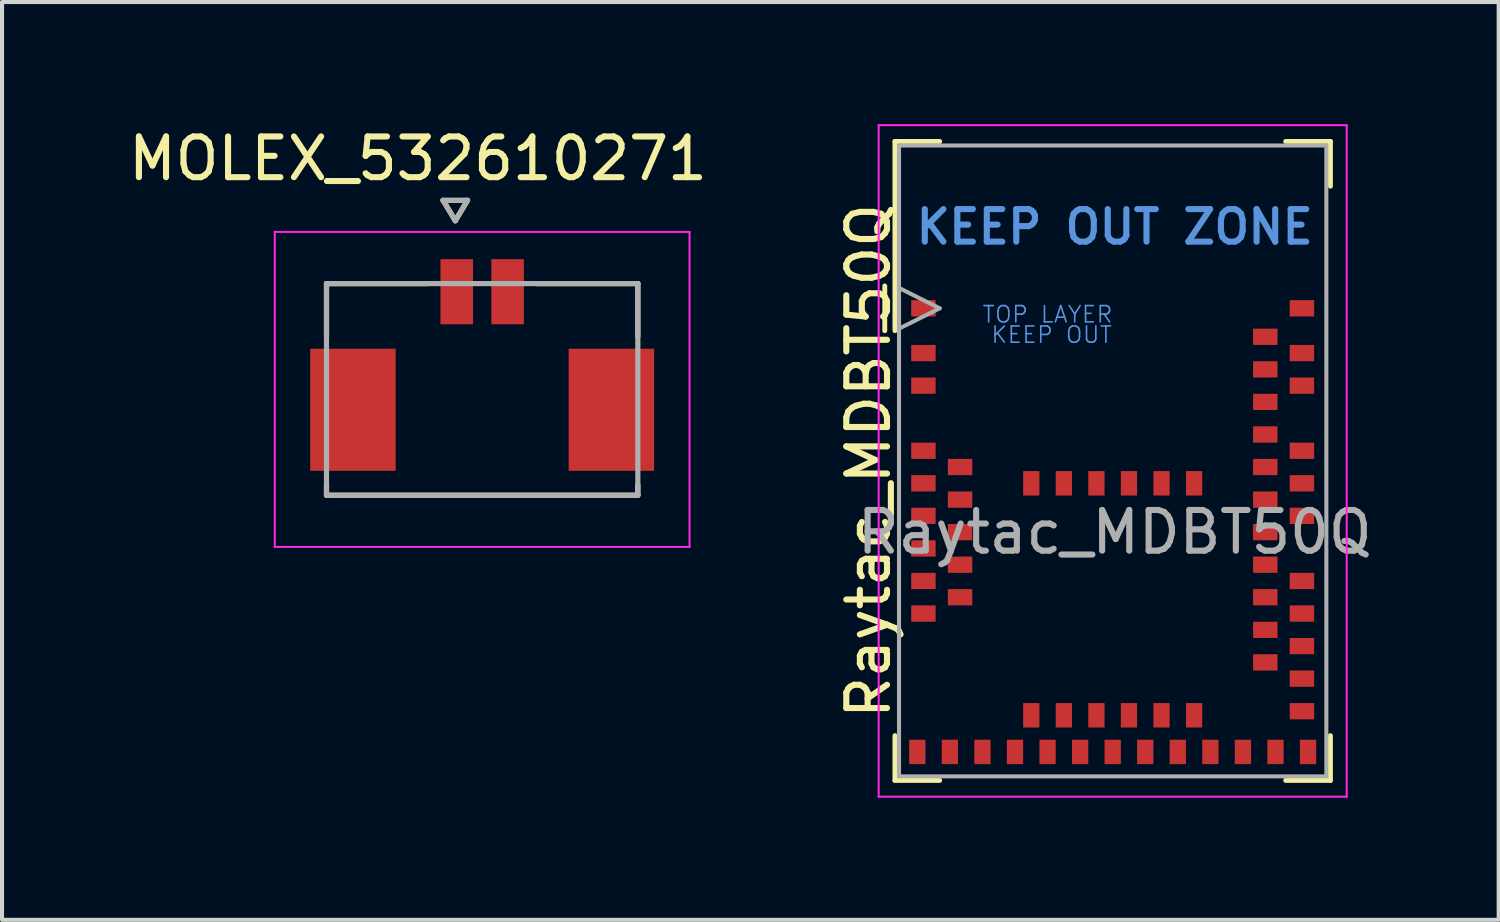
<source format=kicad_pcb>
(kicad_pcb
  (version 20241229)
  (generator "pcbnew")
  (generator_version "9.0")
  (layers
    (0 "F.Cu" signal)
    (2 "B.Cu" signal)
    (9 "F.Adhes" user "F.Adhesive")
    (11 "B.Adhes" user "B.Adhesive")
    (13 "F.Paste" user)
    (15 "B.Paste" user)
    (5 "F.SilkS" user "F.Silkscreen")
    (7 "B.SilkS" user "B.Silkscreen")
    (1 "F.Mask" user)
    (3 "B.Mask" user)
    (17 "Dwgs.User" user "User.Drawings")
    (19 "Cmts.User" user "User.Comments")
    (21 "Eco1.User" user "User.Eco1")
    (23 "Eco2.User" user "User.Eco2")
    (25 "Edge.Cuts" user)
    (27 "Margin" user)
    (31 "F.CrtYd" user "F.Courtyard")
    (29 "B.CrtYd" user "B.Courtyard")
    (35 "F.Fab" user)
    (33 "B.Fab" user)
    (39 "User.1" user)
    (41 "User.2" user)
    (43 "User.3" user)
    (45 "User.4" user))
  (footprint "Raytac_MDBT50Q"
    (layer "F.Cu")
    (at 24.289 8.275)
    (property "Reference" "Raytac_MDBT50Q" (at -6 0 270) (layer "F.SilkS") (effects (font (size 1 1) (thickness 0.15))))
    (attr smd)
    (fp_line (start -5.6 -4.3) (end -5.6 -3.2) (stroke (width 0.12) (type solid)) (layer "F.SilkS"))
    (fp_line (start -5.35 -7.85) (end -5.35 -3.2) (stroke (width 0.12) (type solid)) (layer "F.SilkS"))
    (fp_line (start -5.35 6.75) (end -5.35 7.85) (stroke (width 0.12) (type solid)) (layer "F.SilkS"))
    (fp_line (start -5.35 7.85) (end -4.25 7.85) (stroke (width 0.12) (type solid)) (layer "F.SilkS"))
    (fp_line (start -4.25 -7.85) (end -5.35 -7.85) (stroke (width 0.12) (type solid)) (layer "F.SilkS"))
    (fp_line (start 4.25 -7.85) (end 5.35 -7.85) (stroke (width 0.12) (type solid)) (layer "F.SilkS"))
    (fp_line (start 5.35 -7.85) (end 5.35 -6.75) (stroke (width 0.12) (type solid)) (layer "F.SilkS"))
    (fp_line (start 5.35 6.75) (end 5.35 7.85) (stroke (width 0.12) (type solid)) (layer "F.SilkS"))
    (fp_line (start 5.35 7.85) (end 4.25 7.85) (stroke (width 0.12) (type solid)) (layer "F.SilkS"))
    (fp_line (start -5.75 -8.25) (end -5.75 8.25) (stroke (width 0.05) (type solid)) (layer "F.CrtYd"))
    (fp_line (start -5.75 -8.25) (end 5.75 -8.25) (stroke (width 0.05) (type solid)) (layer "F.CrtYd"))
    (fp_line (start -5.75 8.25) (end 5.75 8.25) (stroke (width 0.05) (type solid)) (layer "F.CrtYd"))
    (fp_line (start 5.75 -8.25) (end 5.75 8.25) (stroke (width 0.05) (type solid)) (layer "F.CrtYd"))
    (fp_line (start -5.25 -7.75) (end 5.25 -7.75) (stroke (width 0.1) (type solid)) (layer "F.Fab"))
    (fp_line (start -5.25 7.75) (end -5.25 -7.75) (stroke (width 0.1) (type solid)) (layer "F.Fab"))
    (fp_line (start -4.25 -3.75) (end -5.25 -4.25) (stroke (width 0.1) (type solid)) (layer "F.Fab"))
    (fp_line (start -4.25 -3.75) (end -5.25 -3.25) (stroke (width 0.1) (type solid)) (layer "F.Fab"))
    (fp_line (start 5.25 -7.75) (end 5.25 7.75) (stroke (width 0.1) (type solid)) (layer "F.Fab"))
    (fp_line (start 5.25 7.75) (end -5.25 7.75) (stroke (width 0.1) (type solid)) (layer "F.Fab"))
    (fp_text user "KEEP OUT ZONE" (at 0.05 -5.75 0) (layer "Cmts.User") (effects (font (size 0.8 0.8) (thickness 0.15))))
    (fp_text user "TOP LAYER" (at -1.6 -3.6 0) (layer "Cmts.User") (effects (font (size 0.4 0.4) (thickness 0.04))))
    (fp_text user "KEEP OUT" (at -1.5 -3.1 0) (layer "Cmts.User") (effects (font (size 0.4 0.4) (thickness 0.04))))
    (fp_text user "${REFERENCE}" (at 0.05 1.75 0) (layer "F.Fab") (effects (font (size 1 1) (thickness 0.15))))
    (pad "1" smd rect (at -4.65 -3.75) (size 0.6 0.4) (layers "F.Cu" "F.Mask" "F.Paste"))
    (pad "2" smd rect (at -4.65 -2.65) (size 0.6 0.4) (layers "F.Cu" "F.Mask" "F.Paste"))
    (pad "3" smd rect (at -4.65 -1.85) (size 0.6 0.4) (layers "F.Cu" "F.Mask" "F.Paste"))
    (pad "4" smd rect (at -4.65 -0.25) (size 0.6 0.4) (layers "F.Cu" "F.Mask" "F.Paste"))
    (pad "5" smd rect (at -3.75 0.15) (size 0.6 0.4) (layers "F.Cu" "F.Mask" "F.Paste"))
    (pad "6" smd rect (at -4.65 0.55) (size 0.6 0.4) (layers "F.Cu" "F.Mask" "F.Paste"))
    (pad "7" smd rect (at -3.75 0.95) (size 0.6 0.4) (layers "F.Cu" "F.Mask" "F.Paste"))
    (pad "8" smd rect (at -4.65 1.35) (size 0.6 0.4) (layers "F.Cu" "F.Mask" "F.Paste"))
    (pad "9" smd rect (at -3.75 1.75) (size 0.6 0.4) (layers "F.Cu" "F.Mask" "F.Paste"))
    (pad "10" smd rect (at -4.65 2.15) (size 0.6 0.4) (layers "F.Cu" "F.Mask" "F.Paste"))
    (pad "11" smd rect (at -3.75 2.55) (size 0.6 0.4) (layers "F.Cu" "F.Mask" "F.Paste"))
    (pad "12" smd rect (at -4.65 2.95) (size 0.6 0.4) (layers "F.Cu" "F.Mask" "F.Paste"))
    (pad "13" smd rect (at -3.75 3.35) (size 0.6 0.4) (layers "F.Cu" "F.Mask" "F.Paste"))
    (pad "14" smd rect (at -4.65 3.75) (size 0.6 0.4) (layers "F.Cu" "F.Mask" "F.Paste"))
    (pad "15" smd rect (at -4.8 7.15 90) (size 0.6 0.4) (layers "F.Cu" "F.Mask" "F.Paste"))
    (pad "16" smd rect (at -4 7.15 90) (size 0.6 0.4) (layers "F.Cu" "F.Mask" "F.Paste"))
    (pad "17" smd rect (at -3.2 7.15 90) (size 0.6 0.4) (layers "F.Cu" "F.Mask" "F.Paste"))
    (pad "18" smd rect (at -2.4 7.15 90) (size 0.6 0.4) (layers "F.Cu" "F.Mask" "F.Paste"))
    (pad "19" smd rect (at -2 6.25 90) (size 0.6 0.4) (layers "F.Cu" "F.Mask" "F.Paste"))
    (pad "20" smd rect (at -1.6 7.15 90) (size 0.6 0.4) (layers "F.Cu" "F.Mask" "F.Paste"))
    (pad "21" smd rect (at -1.2 6.25 90) (size 0.6 0.4) (layers "F.Cu" "F.Mask" "F.Paste"))
    (pad "22" smd rect (at -0.8 7.15 90) (size 0.6 0.4) (layers "F.Cu" "F.Mask" "F.Paste"))
    (pad "23" smd rect (at -0.4 6.25 90) (size 0.6 0.4) (layers "F.Cu" "F.Mask" "F.Paste"))
    (pad "24" smd rect (at 0 7.15 90) (size 0.6 0.4) (layers "F.Cu" "F.Mask" "F.Paste"))
    (pad "25" smd rect (at 0.4 6.25 90) (size 0.6 0.4) (layers "F.Cu" "F.Mask" "F.Paste"))
    (pad "26" smd rect (at 0.8 7.15 90) (size 0.6 0.4) (layers "F.Cu" "F.Mask" "F.Paste"))
    (pad "27" smd rect (at 1.2 6.25 90) (size 0.6 0.4) (layers "F.Cu" "F.Mask" "F.Paste"))
    (pad "28" smd rect (at 1.6 7.15 90) (size 0.6 0.4) (layers "F.Cu" "F.Mask" "F.Paste"))
    (pad "29" smd rect (at 2 6.25 90) (size 0.6 0.4) (layers "F.Cu" "F.Mask" "F.Paste"))
    (pad "30" smd rect (at 2.4 7.15 90) (size 0.6 0.4) (layers "F.Cu" "F.Mask" "F.Paste"))
    (pad "31" smd rect (at 3.2 7.15 90) (size 0.6 0.4) (layers "F.Cu" "F.Mask" "F.Paste"))
    (pad "32" smd rect (at 4 7.15 90) (size 0.6 0.4) (layers "F.Cu" "F.Mask" "F.Paste"))
    (pad "33" smd rect (at 4.8 7.15 90) (size 0.6 0.4) (layers "F.Cu" "F.Mask" "F.Paste"))
    (pad "34" smd rect (at 4.65 6.15) (size 0.6 0.4) (layers "F.Cu" "F.Mask" "F.Paste"))
    (pad "35" smd rect (at 4.65 5.35) (size 0.6 0.4) (layers "F.Cu" "F.Mask" "F.Paste"))
    (pad "36" smd rect (at 3.75 4.95) (size 0.6 0.4) (layers "F.Cu" "F.Mask" "F.Paste"))
    (pad "37" smd rect (at 4.65 4.55) (size 0.6 0.4) (layers "F.Cu" "F.Mask" "F.Paste"))
    (pad "38" smd rect (at 3.75 4.15) (size 0.6 0.4) (layers "F.Cu" "F.Mask" "F.Paste"))
    (pad "39" smd rect (at 4.65 3.75) (size 0.6 0.4) (layers "F.Cu" "F.Mask" "F.Paste"))
    (pad "40" smd rect (at 3.75 3.35) (size 0.6 0.4) (layers "F.Cu" "F.Mask" "F.Paste"))
    (pad "41" smd rect (at 4.65 2.95) (size 0.6 0.4) (layers "F.Cu" "F.Mask" "F.Paste"))
    (pad "42" smd rect (at 3.75 2.55) (size 0.6 0.4) (layers "F.Cu" "F.Mask" "F.Paste"))
    (pad "43" smd rect (at 3.75 1.75) (size 0.6 0.4) (layers "F.Cu" "F.Mask" "F.Paste"))
    (pad "44" smd rect (at 4.65 1.35) (size 0.6 0.4) (layers "F.Cu" "F.Mask" "F.Paste"))
    (pad "45" smd rect (at 3.75 0.95) (size 0.6 0.4) (layers "F.Cu" "F.Mask" "F.Paste"))
    (pad "46" smd rect (at 4.65 0.55) (size 0.6 0.4) (layers "F.Cu" "F.Mask" "F.Paste"))
    (pad "47" smd rect (at 3.75 0.15) (size 0.6 0.4) (layers "F.Cu" "F.Mask" "F.Paste"))
    (pad "48" smd rect (at 4.65 -0.25) (size 0.6 0.4) (layers "F.Cu" "F.Mask" "F.Paste"))
    (pad "49" smd rect (at 3.75 -0.65) (size 0.6 0.4) (layers "F.Cu" "F.Mask" "F.Paste"))
    (pad "50" smd rect (at 3.75 -1.45) (size 0.6 0.4) (layers "F.Cu" "F.Mask" "F.Paste"))
    (pad "51" smd rect (at 4.65 -1.85) (size 0.6 0.4) (layers "F.Cu" "F.Mask" "F.Paste"))
    (pad "52" smd rect (at 3.75 -2.25) (size 0.6 0.4) (layers "F.Cu" "F.Mask" "F.Paste"))
    (pad "53" smd rect (at 4.65 -2.65) (size 0.6 0.4) (layers "F.Cu" "F.Mask" "F.Paste"))
    (pad "54" smd rect (at 3.75 -3.05) (size 0.6 0.4) (layers "F.Cu" "F.Mask" "F.Paste"))
    (pad "55" smd rect (at 4.65 -3.75) (size 0.6 0.4) (layers "F.Cu" "F.Mask" "F.Paste"))
    (pad "56" smd rect (at -2 0.55 90) (size 0.6 0.4) (layers "F.Cu" "F.Mask" "F.Paste"))
    (pad "57" smd rect (at -1.2 0.55 90) (size 0.6 0.4) (layers "F.Cu" "F.Mask" "F.Paste"))
    (pad "58" smd rect (at -0.4 0.55 90) (size 0.6 0.4) (layers "F.Cu" "F.Mask" "F.Paste"))
    (pad "59" smd rect (at 0.4 0.55 90) (size 0.6 0.4) (layers "F.Cu" "F.Mask" "F.Paste"))
    (pad "60" smd rect (at 1.2 0.55 90) (size 0.6 0.4) (layers "F.Cu" "F.Mask" "F.Paste"))
    (pad "61" smd rect (at 2 0.55 90) (size 0.6 0.4) (layers "F.Cu" "F.Mask" "F.Paste"))
    (zone (net_name "") (layer "F.Cu") (hatch full 0.508) (connect_pads) (min_thickness 0.254) (filled_areas_thickness no) (keepout (tracks not_allowed) (vias not_allowed) (pads not_allowed) (copperpour not_allowed) (footprints not_allowed)) (placement (enabled no)) (fill) (polygon (pts (xy 23.589 5.525) (xy 21.989 5.525) (xy 21.989 4.325) (xy 23.589 4.325))))
    (zone (net_name "") (layers "F.Cu" "B.Cu") (hatch full 0.508) (connect_pads) (min_thickness 0.254) (filled_areas_thickness no) (keepout (tracks not_allowed) (vias not_allowed) (pads not_allowed) (copperpour not_allowed) (footprints not_allowed)) (placement (enabled no)) (fill) (polygon (pts (xy 18.089 4.275) (xy 30.489 4.275) (xy 30.489 0.525) (xy 18.089 0.525)))))
  (footprint "MOLEX_532610271"
    (layer "F.Cu")
    (at 8.797 6.518)
    (property "Reference" "MOLEX_532610271" (at -1.577 -5.67 0) (layer "F.SilkS") (effects (font (size 1 1) (thickness 0.15))))
    (attr smd)
    (fp_poly (pts (xy -4.301 -1.076) (xy -2.049 -1.076) (xy -2.049 2.076) (xy -4.301 2.076)) (stroke (width 0.01) (type solid)) (fill yes) (layer "F.Mask"))
    (fp_poly (pts (xy -1.101 -3.276) (xy -0.149 -3.276) (xy -0.149 -1.524) (xy -1.101 -1.524)) (stroke (width 0.01) (type solid)) (fill yes) (layer "F.Mask"))
    (fp_poly (pts (xy 0.149 -3.276) (xy 1.101 -3.276) (xy 1.101 -1.524) (xy 0.149 -1.524)) (stroke (width 0.01) (type solid)) (fill yes) (layer "F.Mask"))
    (fp_poly (pts (xy 2.049 -1.076) (xy 4.301 -1.076) (xy 4.301 2.076) (xy 2.049 2.076)) (stroke (width 0.01) (type solid)) (fill yes) (layer "F.Mask"))
    (fp_line (start -3.825 -2.6) (end -1.345 -2.6) (stroke (width 0.127) (type solid)) (layer "F.SilkS"))
    (fp_line (start -3.825 -1.3) (end -3.825 -2.6) (stroke (width 0.127) (type solid)) (layer "F.SilkS"))
    (fp_line (start -3.825 2.6) (end -3.825 2.35) (stroke (width 0.127) (type solid)) (layer "F.SilkS"))
    (fp_line (start -3.825 2.6) (end 3.825 2.6) (stroke (width 0.127) (type solid)) (layer "F.SilkS"))
    (fp_line (start -0.96 -4.645) (end -0.36 -4.645) (stroke (width 0.127) (type solid)) (layer "F.SilkS"))
    (fp_line (start -0.66 -4.145) (end -0.96 -4.645) (stroke (width 0.127) (type solid)) (layer "F.SilkS"))
    (fp_line (start -0.36 -4.645) (end -0.66 -4.145) (stroke (width 0.127) (type solid)) (layer "F.SilkS"))
    (fp_line (start 1.345 -2.6) (end 3.825 -2.6) (stroke (width 0.127) (type solid)) (layer "F.SilkS"))
    (fp_line (start 3.825 -2.6) (end 3.825 -1.3) (stroke (width 0.127) (type solid)) (layer "F.SilkS"))
    (fp_line (start 3.825 2.6) (end 3.825 2.35) (stroke (width 0.127) (type solid)) (layer "F.SilkS"))
    (fp_line (start -5.095 3.87) (end -5.095 -3.87) (stroke (width 0.05) (type solid)) (layer "F.CrtYd"))
    (fp_line (start 5.095 -3.87) (end -5.095 -3.87) (stroke (width 0.05) (type solid)) (layer "F.CrtYd"))
    (fp_line (start 5.095 -3.87) (end 5.095 3.87) (stroke (width 0.05) (type solid)) (layer "F.CrtYd"))
    (fp_line (start 5.095 3.87) (end -5.095 3.87) (stroke (width 0.05) (type solid)) (layer "F.CrtYd"))
    (fp_line (start -3.825 -2.6) (end 3.825 -2.6) (stroke (width 0.127) (type solid)) (layer "F.Fab"))
    (fp_line (start -3.825 2.6) (end -3.825 -2.6) (stroke (width 0.127) (type solid)) (layer "F.Fab"))
    (fp_line (start -0.96 -4.645) (end -0.36 -4.645) (stroke (width 0.127) (type solid)) (layer "F.Fab"))
    (fp_line (start -0.66 -4.145) (end -0.96 -4.645) (stroke (width 0.127) (type solid)) (layer "F.Fab"))
    (fp_line (start -0.36 -4.645) (end -0.66 -4.145) (stroke (width 0.127) (type solid)) (layer "F.Fab"))
    (fp_line (start 3.825 -2.6) (end 3.825 2.6) (stroke (width 0.127) (type solid)) (layer "F.Fab"))
    (fp_line (start 3.825 2.6) (end -3.825 2.6) (stroke (width 0.127) (type solid)) (layer "F.Fab"))
    (pad "1" smd rect (at -0.625 -2.4) (size 0.8 1.6) (layers "F.Cu" "F.Paste"))
    (pad "2" smd rect (at 0.625 -2.4) (size 0.8 1.6) (layers "F.Cu" "F.Paste"))
    (pad "S1" smd rect (at -3.175 0.5) (size 2.1 3) (layers "F.Cu" "F.Paste"))
    (pad "S2" smd rect (at 3.175 0.5) (size 2.1 3) (layers "F.Cu" "F.Paste")))
  (gr_rect
    (start -3 -3)
    (end 33.773 19.55)
    (stroke (width 0.1) (type default))
    (fill no)
    (layer "Edge.Cuts")))
</source>
